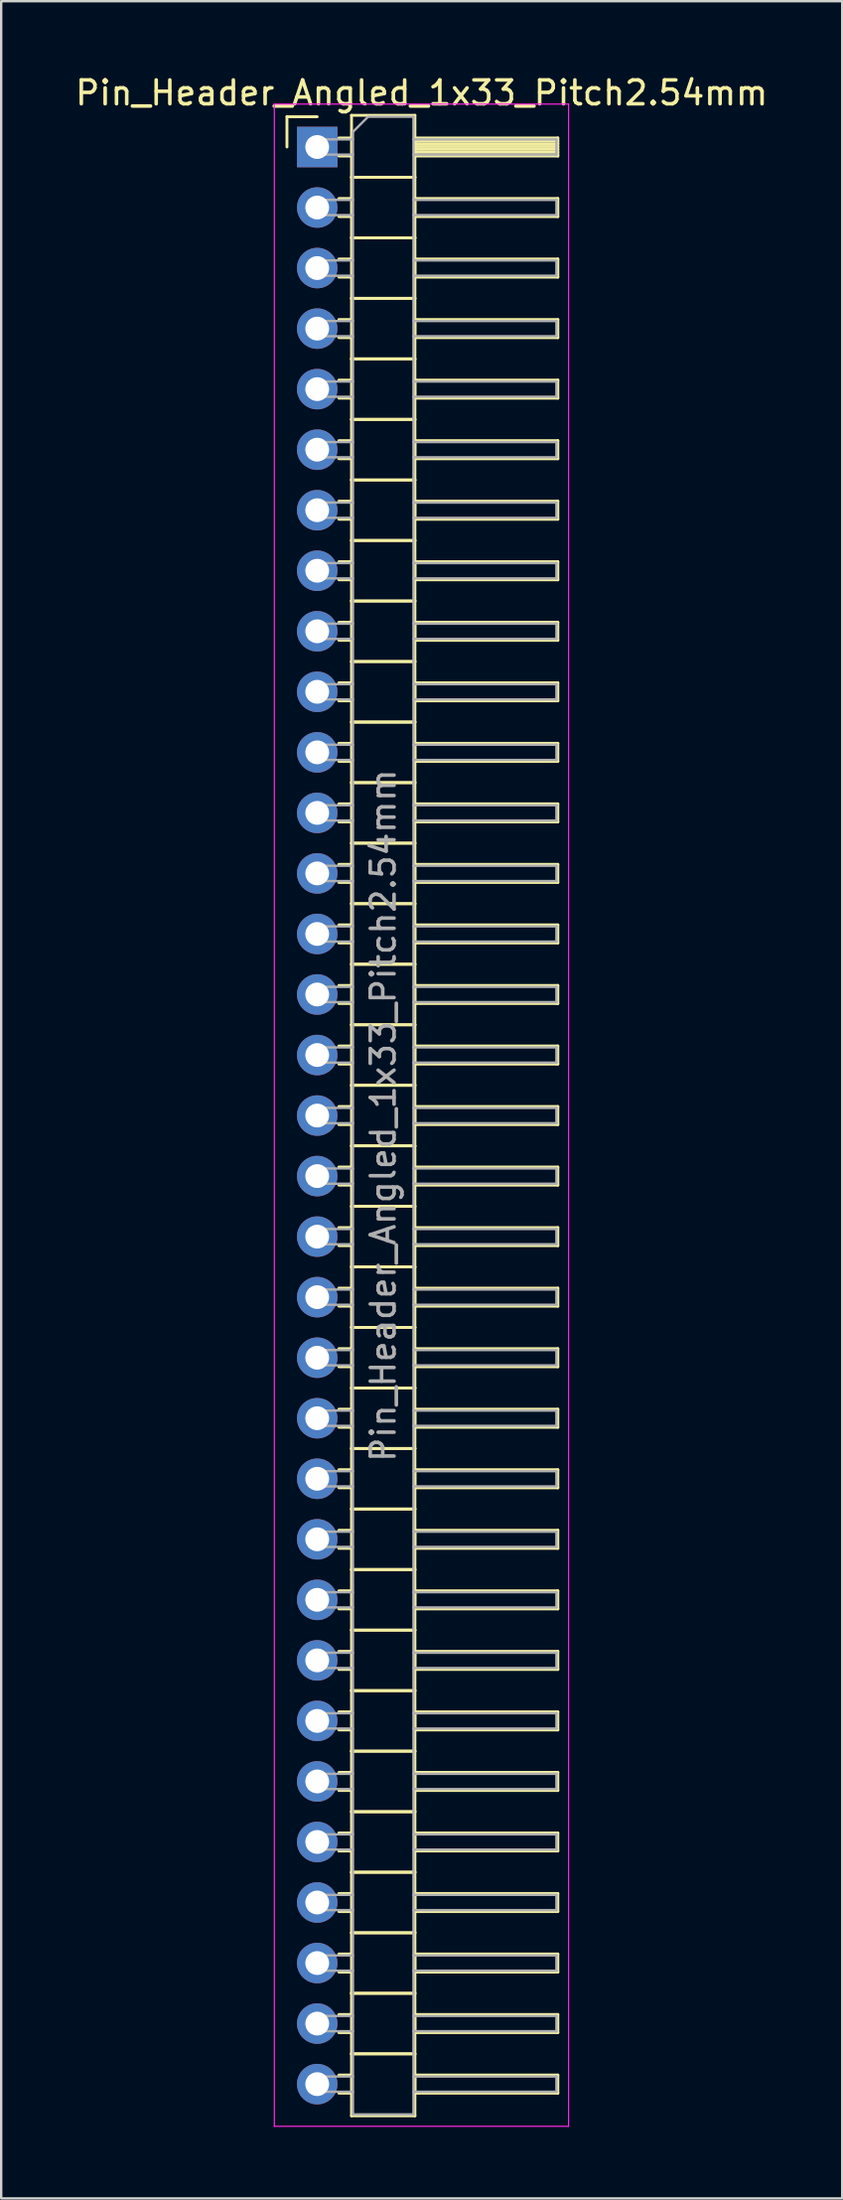
<source format=kicad_pcb>
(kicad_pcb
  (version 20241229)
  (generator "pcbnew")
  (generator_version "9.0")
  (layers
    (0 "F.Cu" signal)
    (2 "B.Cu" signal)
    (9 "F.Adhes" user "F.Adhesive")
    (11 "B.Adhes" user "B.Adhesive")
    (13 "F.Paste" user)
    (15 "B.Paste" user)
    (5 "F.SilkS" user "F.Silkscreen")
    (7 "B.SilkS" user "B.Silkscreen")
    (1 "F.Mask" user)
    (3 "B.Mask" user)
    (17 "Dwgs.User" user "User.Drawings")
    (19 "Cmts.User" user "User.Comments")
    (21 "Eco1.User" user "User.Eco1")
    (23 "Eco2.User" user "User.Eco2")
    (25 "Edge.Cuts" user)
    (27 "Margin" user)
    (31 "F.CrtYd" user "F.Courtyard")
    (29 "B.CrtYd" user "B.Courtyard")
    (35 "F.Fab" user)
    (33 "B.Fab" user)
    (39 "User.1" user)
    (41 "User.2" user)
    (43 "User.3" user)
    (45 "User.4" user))
  (footprint "Pin_Header_Angled_1x33_Pitch2.54mm"
    (layer "F.Cu")
    (at 10.264 3.118)
    (property "Reference" "Pin_Header_Angled_1x33_Pitch2.54mm" (at 4.385 -2.27 0) (layer "F.SilkS") (effects (font (size 1 1) (thickness 0.15))))
    (attr through_hole)
    (fp_line (start -1.27 -1.27) (end 0 -1.27) (stroke (width 0.12) (type solid)) (layer "F.SilkS"))
    (fp_line (start -1.27 0) (end -1.27 -1.27) (stroke (width 0.12) (type solid)) (layer "F.SilkS"))
    (fp_line (start 0.91 -0.38) (end 1.44 -0.38) (stroke (width 0.12) (type solid)) (layer "F.SilkS"))
    (fp_line (start 0.91 0.38) (end 1.44 0.38) (stroke (width 0.12) (type solid)) (layer "F.SilkS"))
    (fp_line (start 0.91 2.16) (end 1.44 2.16) (stroke (width 0.12) (type solid)) (layer "F.SilkS"))
    (fp_line (start 0.91 2.92) (end 1.44 2.92) (stroke (width 0.12) (type solid)) (layer "F.SilkS"))
    (fp_line (start 0.91 4.7) (end 1.44 4.7) (stroke (width 0.12) (type solid)) (layer "F.SilkS"))
    (fp_line (start 0.91 5.46) (end 1.44 5.46) (stroke (width 0.12) (type solid)) (layer "F.SilkS"))
    (fp_line (start 0.91 7.24) (end 1.44 7.24) (stroke (width 0.12) (type solid)) (layer "F.SilkS"))
    (fp_line (start 0.91 8) (end 1.44 8) (stroke (width 0.12) (type solid)) (layer "F.SilkS"))
    (fp_line (start 0.91 9.78) (end 1.44 9.78) (stroke (width 0.12) (type solid)) (layer "F.SilkS"))
    (fp_line (start 0.91 10.54) (end 1.44 10.54) (stroke (width 0.12) (type solid)) (layer "F.SilkS"))
    (fp_line (start 0.91 12.32) (end 1.44 12.32) (stroke (width 0.12) (type solid)) (layer "F.SilkS"))
    (fp_line (start 0.91 13.08) (end 1.44 13.08) (stroke (width 0.12) (type solid)) (layer "F.SilkS"))
    (fp_line (start 0.91 14.86) (end 1.44 14.86) (stroke (width 0.12) (type solid)) (layer "F.SilkS"))
    (fp_line (start 0.91 15.62) (end 1.44 15.62) (stroke (width 0.12) (type solid)) (layer "F.SilkS"))
    (fp_line (start 0.91 17.4) (end 1.44 17.4) (stroke (width 0.12) (type solid)) (layer "F.SilkS"))
    (fp_line (start 0.91 18.16) (end 1.44 18.16) (stroke (width 0.12) (type solid)) (layer "F.SilkS"))
    (fp_line (start 0.91 19.94) (end 1.44 19.94) (stroke (width 0.12) (type solid)) (layer "F.SilkS"))
    (fp_line (start 0.91 20.7) (end 1.44 20.7) (stroke (width 0.12) (type solid)) (layer "F.SilkS"))
    (fp_line (start 0.91 22.48) (end 1.44 22.48) (stroke (width 0.12) (type solid)) (layer "F.SilkS"))
    (fp_line (start 0.91 23.24) (end 1.44 23.24) (stroke (width 0.12) (type solid)) (layer "F.SilkS"))
    (fp_line (start 0.91 25.02) (end 1.44 25.02) (stroke (width 0.12) (type solid)) (layer "F.SilkS"))
    (fp_line (start 0.91 25.78) (end 1.44 25.78) (stroke (width 0.12) (type solid)) (layer "F.SilkS"))
    (fp_line (start 0.91 27.56) (end 1.44 27.56) (stroke (width 0.12) (type solid)) (layer "F.SilkS"))
    (fp_line (start 0.91 28.32) (end 1.44 28.32) (stroke (width 0.12) (type solid)) (layer "F.SilkS"))
    (fp_line (start 0.91 30.1) (end 1.44 30.1) (stroke (width 0.12) (type solid)) (layer "F.SilkS"))
    (fp_line (start 0.91 30.86) (end 1.44 30.86) (stroke (width 0.12) (type solid)) (layer "F.SilkS"))
    (fp_line (start 0.91 32.64) (end 1.44 32.64) (stroke (width 0.12) (type solid)) (layer "F.SilkS"))
    (fp_line (start 0.91 33.4) (end 1.44 33.4) (stroke (width 0.12) (type solid)) (layer "F.SilkS"))
    (fp_line (start 0.91 35.18) (end 1.44 35.18) (stroke (width 0.12) (type solid)) (layer "F.SilkS"))
    (fp_line (start 0.91 35.94) (end 1.44 35.94) (stroke (width 0.12) (type solid)) (layer "F.SilkS"))
    (fp_line (start 0.91 37.72) (end 1.44 37.72) (stroke (width 0.12) (type solid)) (layer "F.SilkS"))
    (fp_line (start 0.91 38.48) (end 1.44 38.48) (stroke (width 0.12) (type solid)) (layer "F.SilkS"))
    (fp_line (start 0.91 40.26) (end 1.44 40.26) (stroke (width 0.12) (type solid)) (layer "F.SilkS"))
    (fp_line (start 0.91 41.02) (end 1.44 41.02) (stroke (width 0.12) (type solid)) (layer "F.SilkS"))
    (fp_line (start 0.91 42.8) (end 1.44 42.8) (stroke (width 0.12) (type solid)) (layer "F.SilkS"))
    (fp_line (start 0.91 43.56) (end 1.44 43.56) (stroke (width 0.12) (type solid)) (layer "F.SilkS"))
    (fp_line (start 0.91 45.34) (end 1.44 45.34) (stroke (width 0.12) (type solid)) (layer "F.SilkS"))
    (fp_line (start 0.91 46.1) (end 1.44 46.1) (stroke (width 0.12) (type solid)) (layer "F.SilkS"))
    (fp_line (start 0.91 47.88) (end 1.44 47.88) (stroke (width 0.12) (type solid)) (layer "F.SilkS"))
    (fp_line (start 0.91 48.64) (end 1.44 48.64) (stroke (width 0.12) (type solid)) (layer "F.SilkS"))
    (fp_line (start 0.91 50.42) (end 1.44 50.42) (stroke (width 0.12) (type solid)) (layer "F.SilkS"))
    (fp_line (start 0.91 51.18) (end 1.44 51.18) (stroke (width 0.12) (type solid)) (layer "F.SilkS"))
    (fp_line (start 0.91 52.96) (end 1.44 52.96) (stroke (width 0.12) (type solid)) (layer "F.SilkS"))
    (fp_line (start 0.91 53.72) (end 1.44 53.72) (stroke (width 0.12) (type solid)) (layer "F.SilkS"))
    (fp_line (start 0.91 55.5) (end 1.44 55.5) (stroke (width 0.12) (type solid)) (layer "F.SilkS"))
    (fp_line (start 0.91 56.26) (end 1.44 56.26) (stroke (width 0.12) (type solid)) (layer "F.SilkS"))
    (fp_line (start 0.91 58.04) (end 1.44 58.04) (stroke (width 0.12) (type solid)) (layer "F.SilkS"))
    (fp_line (start 0.91 58.8) (end 1.44 58.8) (stroke (width 0.12) (type solid)) (layer "F.SilkS"))
    (fp_line (start 0.91 60.58) (end 1.44 60.58) (stroke (width 0.12) (type solid)) (layer "F.SilkS"))
    (fp_line (start 0.91 61.34) (end 1.44 61.34) (stroke (width 0.12) (type solid)) (layer "F.SilkS"))
    (fp_line (start 0.91 63.12) (end 1.44 63.12) (stroke (width 0.12) (type solid)) (layer "F.SilkS"))
    (fp_line (start 0.91 63.88) (end 1.44 63.88) (stroke (width 0.12) (type solid)) (layer "F.SilkS"))
    (fp_line (start 0.91 65.66) (end 1.44 65.66) (stroke (width 0.12) (type solid)) (layer "F.SilkS"))
    (fp_line (start 0.91 66.42) (end 1.44 66.42) (stroke (width 0.12) (type solid)) (layer "F.SilkS"))
    (fp_line (start 0.91 68.2) (end 1.44 68.2) (stroke (width 0.12) (type solid)) (layer "F.SilkS"))
    (fp_line (start 0.91 68.96) (end 1.44 68.96) (stroke (width 0.12) (type solid)) (layer "F.SilkS"))
    (fp_line (start 0.91 70.74) (end 1.44 70.74) (stroke (width 0.12) (type solid)) (layer "F.SilkS"))
    (fp_line (start 0.91 71.5) (end 1.44 71.5) (stroke (width 0.12) (type solid)) (layer "F.SilkS"))
    (fp_line (start 0.91 73.28) (end 1.44 73.28) (stroke (width 0.12) (type solid)) (layer "F.SilkS"))
    (fp_line (start 0.91 74.04) (end 1.44 74.04) (stroke (width 0.12) (type solid)) (layer "F.SilkS"))
    (fp_line (start 0.91 75.82) (end 1.44 75.82) (stroke (width 0.12) (type solid)) (layer "F.SilkS"))
    (fp_line (start 0.91 76.58) (end 1.44 76.58) (stroke (width 0.12) (type solid)) (layer "F.SilkS"))
    (fp_line (start 0.91 78.36) (end 1.44 78.36) (stroke (width 0.12) (type solid)) (layer "F.SilkS"))
    (fp_line (start 0.91 79.12) (end 1.44 79.12) (stroke (width 0.12) (type solid)) (layer "F.SilkS"))
    (fp_line (start 0.91 80.9) (end 1.44 80.9) (stroke (width 0.12) (type solid)) (layer "F.SilkS"))
    (fp_line (start 0.91 81.66) (end 1.44 81.66) (stroke (width 0.12) (type solid)) (layer "F.SilkS"))
    (fp_line (start 1.44 -1.33) (end 1.44 1.27) (stroke (width 0.12) (type solid)) (layer "F.SilkS"))
    (fp_line (start 1.44 1.27) (end 1.44 3.81) (stroke (width 0.12) (type solid)) (layer "F.SilkS"))
    (fp_line (start 1.44 1.27) (end 4.1 1.27) (stroke (width 0.12) (type solid)) (layer "F.SilkS"))
    (fp_line (start 1.44 3.81) (end 1.44 6.35) (stroke (width 0.12) (type solid)) (layer "F.SilkS"))
    (fp_line (start 1.44 3.81) (end 4.1 3.81) (stroke (width 0.12) (type solid)) (layer "F.SilkS"))
    (fp_line (start 1.44 6.35) (end 1.44 8.89) (stroke (width 0.12) (type solid)) (layer "F.SilkS"))
    (fp_line (start 1.44 6.35) (end 4.1 6.35) (stroke (width 0.12) (type solid)) (layer "F.SilkS"))
    (fp_line (start 1.44 8.89) (end 1.44 11.43) (stroke (width 0.12) (type solid)) (layer "F.SilkS"))
    (fp_line (start 1.44 8.89) (end 4.1 8.89) (stroke (width 0.12) (type solid)) (layer "F.SilkS"))
    (fp_line (start 1.44 11.43) (end 1.44 13.97) (stroke (width 0.12) (type solid)) (layer "F.SilkS"))
    (fp_line (start 1.44 11.43) (end 4.1 11.43) (stroke (width 0.12) (type solid)) (layer "F.SilkS"))
    (fp_line (start 1.44 13.97) (end 1.44 16.51) (stroke (width 0.12) (type solid)) (layer "F.SilkS"))
    (fp_line (start 1.44 13.97) (end 4.1 13.97) (stroke (width 0.12) (type solid)) (layer "F.SilkS"))
    (fp_line (start 1.44 16.51) (end 1.44 19.05) (stroke (width 0.12) (type solid)) (layer "F.SilkS"))
    (fp_line (start 1.44 16.51) (end 4.1 16.51) (stroke (width 0.12) (type solid)) (layer "F.SilkS"))
    (fp_line (start 1.44 19.05) (end 1.44 21.59) (stroke (width 0.12) (type solid)) (layer "F.SilkS"))
    (fp_line (start 1.44 19.05) (end 4.1 19.05) (stroke (width 0.12) (type solid)) (layer "F.SilkS"))
    (fp_line (start 1.44 21.59) (end 1.44 24.13) (stroke (width 0.12) (type solid)) (layer "F.SilkS"))
    (fp_line (start 1.44 21.59) (end 4.1 21.59) (stroke (width 0.12) (type solid)) (layer "F.SilkS"))
    (fp_line (start 1.44 24.13) (end 1.44 26.67) (stroke (width 0.12) (type solid)) (layer "F.SilkS"))
    (fp_line (start 1.44 24.13) (end 4.1 24.13) (stroke (width 0.12) (type solid)) (layer "F.SilkS"))
    (fp_line (start 1.44 26.67) (end 1.44 29.21) (stroke (width 0.12) (type solid)) (layer "F.SilkS"))
    (fp_line (start 1.44 26.67) (end 4.1 26.67) (stroke (width 0.12) (type solid)) (layer "F.SilkS"))
    (fp_line (start 1.44 29.21) (end 1.44 31.75) (stroke (width 0.12) (type solid)) (layer "F.SilkS"))
    (fp_line (start 1.44 29.21) (end 4.1 29.21) (stroke (width 0.12) (type solid)) (layer "F.SilkS"))
    (fp_line (start 1.44 31.75) (end 1.44 34.29) (stroke (width 0.12) (type solid)) (layer "F.SilkS"))
    (fp_line (start 1.44 31.75) (end 4.1 31.75) (stroke (width 0.12) (type solid)) (layer "F.SilkS"))
    (fp_line (start 1.44 34.29) (end 1.44 36.83) (stroke (width 0.12) (type solid)) (layer "F.SilkS"))
    (fp_line (start 1.44 34.29) (end 4.1 34.29) (stroke (width 0.12) (type solid)) (layer "F.SilkS"))
    (fp_line (start 1.44 36.83) (end 1.44 39.37) (stroke (width 0.12) (type solid)) (layer "F.SilkS"))
    (fp_line (start 1.44 36.83) (end 4.1 36.83) (stroke (width 0.12) (type solid)) (layer "F.SilkS"))
    (fp_line (start 1.44 39.37) (end 1.44 41.91) (stroke (width 0.12) (type solid)) (layer "F.SilkS"))
    (fp_line (start 1.44 39.37) (end 4.1 39.37) (stroke (width 0.12) (type solid)) (layer "F.SilkS"))
    (fp_line (start 1.44 41.91) (end 1.44 44.45) (stroke (width 0.12) (type solid)) (layer "F.SilkS"))
    (fp_line (start 1.44 41.91) (end 4.1 41.91) (stroke (width 0.12) (type solid)) (layer "F.SilkS"))
    (fp_line (start 1.44 44.45) (end 1.44 46.99) (stroke (width 0.12) (type solid)) (layer "F.SilkS"))
    (fp_line (start 1.44 44.45) (end 4.1 44.45) (stroke (width 0.12) (type solid)) (layer "F.SilkS"))
    (fp_line (start 1.44 46.99) (end 1.44 49.53) (stroke (width 0.12) (type solid)) (layer "F.SilkS"))
    (fp_line (start 1.44 46.99) (end 4.1 46.99) (stroke (width 0.12) (type solid)) (layer "F.SilkS"))
    (fp_line (start 1.44 49.53) (end 1.44 52.07) (stroke (width 0.12) (type solid)) (layer "F.SilkS"))
    (fp_line (start 1.44 49.53) (end 4.1 49.53) (stroke (width 0.12) (type solid)) (layer "F.SilkS"))
    (fp_line (start 1.44 52.07) (end 1.44 54.61) (stroke (width 0.12) (type solid)) (layer "F.SilkS"))
    (fp_line (start 1.44 52.07) (end 4.1 52.07) (stroke (width 0.12) (type solid)) (layer "F.SilkS"))
    (fp_line (start 1.44 54.61) (end 1.44 57.15) (stroke (width 0.12) (type solid)) (layer "F.SilkS"))
    (fp_line (start 1.44 54.61) (end 4.1 54.61) (stroke (width 0.12) (type solid)) (layer "F.SilkS"))
    (fp_line (start 1.44 57.15) (end 1.44 59.69) (stroke (width 0.12) (type solid)) (layer "F.SilkS"))
    (fp_line (start 1.44 57.15) (end 4.1 57.15) (stroke (width 0.12) (type solid)) (layer "F.SilkS"))
    (fp_line (start 1.44 59.69) (end 1.44 62.23) (stroke (width 0.12) (type solid)) (layer "F.SilkS"))
    (fp_line (start 1.44 59.69) (end 4.1 59.69) (stroke (width 0.12) (type solid)) (layer "F.SilkS"))
    (fp_line (start 1.44 62.23) (end 1.44 64.77) (stroke (width 0.12) (type solid)) (layer "F.SilkS"))
    (fp_line (start 1.44 62.23) (end 4.1 62.23) (stroke (width 0.12) (type solid)) (layer "F.SilkS"))
    (fp_line (start 1.44 64.77) (end 1.44 67.31) (stroke (width 0.12) (type solid)) (layer "F.SilkS"))
    (fp_line (start 1.44 64.77) (end 4.1 64.77) (stroke (width 0.12) (type solid)) (layer "F.SilkS"))
    (fp_line (start 1.44 67.31) (end 1.44 69.85) (stroke (width 0.12) (type solid)) (layer "F.SilkS"))
    (fp_line (start 1.44 67.31) (end 4.1 67.31) (stroke (width 0.12) (type solid)) (layer "F.SilkS"))
    (fp_line (start 1.44 69.85) (end 1.44 72.39) (stroke (width 0.12) (type solid)) (layer "F.SilkS"))
    (fp_line (start 1.44 69.85) (end 4.1 69.85) (stroke (width 0.12) (type solid)) (layer "F.SilkS"))
    (fp_line (start 1.44 72.39) (end 1.44 74.93) (stroke (width 0.12) (type solid)) (layer "F.SilkS"))
    (fp_line (start 1.44 72.39) (end 4.1 72.39) (stroke (width 0.12) (type solid)) (layer "F.SilkS"))
    (fp_line (start 1.44 74.93) (end 1.44 77.47) (stroke (width 0.12) (type solid)) (layer "F.SilkS"))
    (fp_line (start 1.44 74.93) (end 4.1 74.93) (stroke (width 0.12) (type solid)) (layer "F.SilkS"))
    (fp_line (start 1.44 77.47) (end 1.44 80.01) (stroke (width 0.12) (type solid)) (layer "F.SilkS"))
    (fp_line (start 1.44 77.47) (end 4.1 77.47) (stroke (width 0.12) (type solid)) (layer "F.SilkS"))
    (fp_line (start 1.44 80.01) (end 1.44 82.61) (stroke (width 0.12) (type solid)) (layer "F.SilkS"))
    (fp_line (start 1.44 80.01) (end 4.1 80.01) (stroke (width 0.12) (type solid)) (layer "F.SilkS"))
    (fp_line (start 1.44 82.61) (end 4.1 82.61) (stroke (width 0.12) (type solid)) (layer "F.SilkS"))
    (fp_line (start 4.1 -1.33) (end 1.44 -1.33) (stroke (width 0.12) (type solid)) (layer "F.SilkS"))
    (fp_line (start 4.1 -0.38) (end 4.1 0.38) (stroke (width 0.12) (type solid)) (layer "F.SilkS"))
    (fp_line (start 4.1 -0.26) (end 10.1 -0.26) (stroke (width 0.12) (type solid)) (layer "F.SilkS"))
    (fp_line (start 4.1 -0.14) (end 10.1 -0.14) (stroke (width 0.12) (type solid)) (layer "F.SilkS"))
    (fp_line (start 4.1 -0.02) (end 10.1 -0.02) (stroke (width 0.12) (type solid)) (layer "F.SilkS"))
    (fp_line (start 4.1 0.1) (end 10.1 0.1) (stroke (width 0.12) (type solid)) (layer "F.SilkS"))
    (fp_line (start 4.1 0.22) (end 10.1 0.22) (stroke (width 0.12) (type solid)) (layer "F.SilkS"))
    (fp_line (start 4.1 0.34) (end 10.1 0.34) (stroke (width 0.12) (type solid)) (layer "F.SilkS"))
    (fp_line (start 4.1 0.38) (end 10.1 0.38) (stroke (width 0.12) (type solid)) (layer "F.SilkS"))
    (fp_line (start 4.1 1.27) (end 1.44 1.27) (stroke (width 0.12) (type solid)) (layer "F.SilkS"))
    (fp_line (start 4.1 1.27) (end 4.1 -1.33) (stroke (width 0.12) (type solid)) (layer "F.SilkS"))
    (fp_line (start 4.1 2.16) (end 4.1 2.92) (stroke (width 0.12) (type solid)) (layer "F.SilkS"))
    (fp_line (start 4.1 2.92) (end 10.1 2.92) (stroke (width 0.12) (type solid)) (layer "F.SilkS"))
    (fp_line (start 4.1 3.81) (end 1.44 3.81) (stroke (width 0.12) (type solid)) (layer "F.SilkS"))
    (fp_line (start 4.1 3.81) (end 4.1 1.27) (stroke (width 0.12) (type solid)) (layer "F.SilkS"))
    (fp_line (start 4.1 4.7) (end 4.1 5.46) (stroke (width 0.12) (type solid)) (layer "F.SilkS"))
    (fp_line (start 4.1 5.46) (end 10.1 5.46) (stroke (width 0.12) (type solid)) (layer "F.SilkS"))
    (fp_line (start 4.1 6.35) (end 1.44 6.35) (stroke (width 0.12) (type solid)) (layer "F.SilkS"))
    (fp_line (start 4.1 6.35) (end 4.1 3.81) (stroke (width 0.12) (type solid)) (layer "F.SilkS"))
    (fp_line (start 4.1 7.24) (end 4.1 8) (stroke (width 0.12) (type solid)) (layer "F.SilkS"))
    (fp_line (start 4.1 8) (end 10.1 8) (stroke (width 0.12) (type solid)) (layer "F.SilkS"))
    (fp_line (start 4.1 8.89) (end 1.44 8.89) (stroke (width 0.12) (type solid)) (layer "F.SilkS"))
    (fp_line (start 4.1 8.89) (end 4.1 6.35) (stroke (width 0.12) (type solid)) (layer "F.SilkS"))
    (fp_line (start 4.1 9.78) (end 4.1 10.54) (stroke (width 0.12) (type solid)) (layer "F.SilkS"))
    (fp_line (start 4.1 10.54) (end 10.1 10.54) (stroke (width 0.12) (type solid)) (layer "F.SilkS"))
    (fp_line (start 4.1 11.43) (end 1.44 11.43) (stroke (width 0.12) (type solid)) (layer "F.SilkS"))
    (fp_line (start 4.1 11.43) (end 4.1 8.89) (stroke (width 0.12) (type solid)) (layer "F.SilkS"))
    (fp_line (start 4.1 12.32) (end 4.1 13.08) (stroke (width 0.12) (type solid)) (layer "F.SilkS"))
    (fp_line (start 4.1 13.08) (end 10.1 13.08) (stroke (width 0.12) (type solid)) (layer "F.SilkS"))
    (fp_line (start 4.1 13.97) (end 1.44 13.97) (stroke (width 0.12) (type solid)) (layer "F.SilkS"))
    (fp_line (start 4.1 13.97) (end 4.1 11.43) (stroke (width 0.12) (type solid)) (layer "F.SilkS"))
    (fp_line (start 4.1 14.86) (end 4.1 15.62) (stroke (width 0.12) (type solid)) (layer "F.SilkS"))
    (fp_line (start 4.1 15.62) (end 10.1 15.62) (stroke (width 0.12) (type solid)) (layer "F.SilkS"))
    (fp_line (start 4.1 16.51) (end 1.44 16.51) (stroke (width 0.12) (type solid)) (layer "F.SilkS"))
    (fp_line (start 4.1 16.51) (end 4.1 13.97) (stroke (width 0.12) (type solid)) (layer "F.SilkS"))
    (fp_line (start 4.1 17.4) (end 4.1 18.16) (stroke (width 0.12) (type solid)) (layer "F.SilkS"))
    (fp_line (start 4.1 18.16) (end 10.1 18.16) (stroke (width 0.12) (type solid)) (layer "F.SilkS"))
    (fp_line (start 4.1 19.05) (end 1.44 19.05) (stroke (width 0.12) (type solid)) (layer "F.SilkS"))
    (fp_line (start 4.1 19.05) (end 4.1 16.51) (stroke (width 0.12) (type solid)) (layer "F.SilkS"))
    (fp_line (start 4.1 19.94) (end 4.1 20.7) (stroke (width 0.12) (type solid)) (layer "F.SilkS"))
    (fp_line (start 4.1 20.7) (end 10.1 20.7) (stroke (width 0.12) (type solid)) (layer "F.SilkS"))
    (fp_line (start 4.1 21.59) (end 1.44 21.59) (stroke (width 0.12) (type solid)) (layer "F.SilkS"))
    (fp_line (start 4.1 21.59) (end 4.1 19.05) (stroke (width 0.12) (type solid)) (layer "F.SilkS"))
    (fp_line (start 4.1 22.48) (end 4.1 23.24) (stroke (width 0.12) (type solid)) (layer "F.SilkS"))
    (fp_line (start 4.1 23.24) (end 10.1 23.24) (stroke (width 0.12) (type solid)) (layer "F.SilkS"))
    (fp_line (start 4.1 24.13) (end 1.44 24.13) (stroke (width 0.12) (type solid)) (layer "F.SilkS"))
    (fp_line (start 4.1 24.13) (end 4.1 21.59) (stroke (width 0.12) (type solid)) (layer "F.SilkS"))
    (fp_line (start 4.1 25.02) (end 4.1 25.78) (stroke (width 0.12) (type solid)) (layer "F.SilkS"))
    (fp_line (start 4.1 25.78) (end 10.1 25.78) (stroke (width 0.12) (type solid)) (layer "F.SilkS"))
    (fp_line (start 4.1 26.67) (end 1.44 26.67) (stroke (width 0.12) (type solid)) (layer "F.SilkS"))
    (fp_line (start 4.1 26.67) (end 4.1 24.13) (stroke (width 0.12) (type solid)) (layer "F.SilkS"))
    (fp_line (start 4.1 27.56) (end 4.1 28.32) (stroke (width 0.12) (type solid)) (layer "F.SilkS"))
    (fp_line (start 4.1 28.32) (end 10.1 28.32) (stroke (width 0.12) (type solid)) (layer "F.SilkS"))
    (fp_line (start 4.1 29.21) (end 1.44 29.21) (stroke (width 0.12) (type solid)) (layer "F.SilkS"))
    (fp_line (start 4.1 29.21) (end 4.1 26.67) (stroke (width 0.12) (type solid)) (layer "F.SilkS"))
    (fp_line (start 4.1 30.1) (end 4.1 30.86) (stroke (width 0.12) (type solid)) (layer "F.SilkS"))
    (fp_line (start 4.1 30.86) (end 10.1 30.86) (stroke (width 0.12) (type solid)) (layer "F.SilkS"))
    (fp_line (start 4.1 31.75) (end 1.44 31.75) (stroke (width 0.12) (type solid)) (layer "F.SilkS"))
    (fp_line (start 4.1 31.75) (end 4.1 29.21) (stroke (width 0.12) (type solid)) (layer "F.SilkS"))
    (fp_line (start 4.1 32.64) (end 4.1 33.4) (stroke (width 0.12) (type solid)) (layer "F.SilkS"))
    (fp_line (start 4.1 33.4) (end 10.1 33.4) (stroke (width 0.12) (type solid)) (layer "F.SilkS"))
    (fp_line (start 4.1 34.29) (end 1.44 34.29) (stroke (width 0.12) (type solid)) (layer "F.SilkS"))
    (fp_line (start 4.1 34.29) (end 4.1 31.75) (stroke (width 0.12) (type solid)) (layer "F.SilkS"))
    (fp_line (start 4.1 35.18) (end 4.1 35.94) (stroke (width 0.12) (type solid)) (layer "F.SilkS"))
    (fp_line (start 4.1 35.94) (end 10.1 35.94) (stroke (width 0.12) (type solid)) (layer "F.SilkS"))
    (fp_line (start 4.1 36.83) (end 1.44 36.83) (stroke (width 0.12) (type solid)) (layer "F.SilkS"))
    (fp_line (start 4.1 36.83) (end 4.1 34.29) (stroke (width 0.12) (type solid)) (layer "F.SilkS"))
    (fp_line (start 4.1 37.72) (end 4.1 38.48) (stroke (width 0.12) (type solid)) (layer "F.SilkS"))
    (fp_line (start 4.1 38.48) (end 10.1 38.48) (stroke (width 0.12) (type solid)) (layer "F.SilkS"))
    (fp_line (start 4.1 39.37) (end 1.44 39.37) (stroke (width 0.12) (type solid)) (layer "F.SilkS"))
    (fp_line (start 4.1 39.37) (end 4.1 36.83) (stroke (width 0.12) (type solid)) (layer "F.SilkS"))
    (fp_line (start 4.1 40.26) (end 4.1 41.02) (stroke (width 0.12) (type solid)) (layer "F.SilkS"))
    (fp_line (start 4.1 41.02) (end 10.1 41.02) (stroke (width 0.12) (type solid)) (layer "F.SilkS"))
    (fp_line (start 4.1 41.91) (end 1.44 41.91) (stroke (width 0.12) (type solid)) (layer "F.SilkS"))
    (fp_line (start 4.1 41.91) (end 4.1 39.37) (stroke (width 0.12) (type solid)) (layer "F.SilkS"))
    (fp_line (start 4.1 42.8) (end 4.1 43.56) (stroke (width 0.12) (type solid)) (layer "F.SilkS"))
    (fp_line (start 4.1 43.56) (end 10.1 43.56) (stroke (width 0.12) (type solid)) (layer "F.SilkS"))
    (fp_line (start 4.1 44.45) (end 1.44 44.45) (stroke (width 0.12) (type solid)) (layer "F.SilkS"))
    (fp_line (start 4.1 44.45) (end 4.1 41.91) (stroke (width 0.12) (type solid)) (layer "F.SilkS"))
    (fp_line (start 4.1 45.34) (end 4.1 46.1) (stroke (width 0.12) (type solid)) (layer "F.SilkS"))
    (fp_line (start 4.1 46.1) (end 10.1 46.1) (stroke (width 0.12) (type solid)) (layer "F.SilkS"))
    (fp_line (start 4.1 46.99) (end 1.44 46.99) (stroke (width 0.12) (type solid)) (layer "F.SilkS"))
    (fp_line (start 4.1 46.99) (end 4.1 44.45) (stroke (width 0.12) (type solid)) (layer "F.SilkS"))
    (fp_line (start 4.1 47.88) (end 4.1 48.64) (stroke (width 0.12) (type solid)) (layer "F.SilkS"))
    (fp_line (start 4.1 48.64) (end 10.1 48.64) (stroke (width 0.12) (type solid)) (layer "F.SilkS"))
    (fp_line (start 4.1 49.53) (end 1.44 49.53) (stroke (width 0.12) (type solid)) (layer "F.SilkS"))
    (fp_line (start 4.1 49.53) (end 4.1 46.99) (stroke (width 0.12) (type solid)) (layer "F.SilkS"))
    (fp_line (start 4.1 50.42) (end 4.1 51.18) (stroke (width 0.12) (type solid)) (layer "F.SilkS"))
    (fp_line (start 4.1 51.18) (end 10.1 51.18) (stroke (width 0.12) (type solid)) (layer "F.SilkS"))
    (fp_line (start 4.1 52.07) (end 1.44 52.07) (stroke (width 0.12) (type solid)) (layer "F.SilkS"))
    (fp_line (start 4.1 52.07) (end 4.1 49.53) (stroke (width 0.12) (type solid)) (layer "F.SilkS"))
    (fp_line (start 4.1 52.96) (end 4.1 53.72) (stroke (width 0.12) (type solid)) (layer "F.SilkS"))
    (fp_line (start 4.1 53.72) (end 10.1 53.72) (stroke (width 0.12) (type solid)) (layer "F.SilkS"))
    (fp_line (start 4.1 54.61) (end 1.44 54.61) (stroke (width 0.12) (type solid)) (layer "F.SilkS"))
    (fp_line (start 4.1 54.61) (end 4.1 52.07) (stroke (width 0.12) (type solid)) (layer "F.SilkS"))
    (fp_line (start 4.1 55.5) (end 4.1 56.26) (stroke (width 0.12) (type solid)) (layer "F.SilkS"))
    (fp_line (start 4.1 56.26) (end 10.1 56.26) (stroke (width 0.12) (type solid)) (layer "F.SilkS"))
    (fp_line (start 4.1 57.15) (end 1.44 57.15) (stroke (width 0.12) (type solid)) (layer "F.SilkS"))
    (fp_line (start 4.1 57.15) (end 4.1 54.61) (stroke (width 0.12) (type solid)) (layer "F.SilkS"))
    (fp_line (start 4.1 58.04) (end 4.1 58.8) (stroke (width 0.12) (type solid)) (layer "F.SilkS"))
    (fp_line (start 4.1 58.8) (end 10.1 58.8) (stroke (width 0.12) (type solid)) (layer "F.SilkS"))
    (fp_line (start 4.1 59.69) (end 1.44 59.69) (stroke (width 0.12) (type solid)) (layer "F.SilkS"))
    (fp_line (start 4.1 59.69) (end 4.1 57.15) (stroke (width 0.12) (type solid)) (layer "F.SilkS"))
    (fp_line (start 4.1 60.58) (end 4.1 61.34) (stroke (width 0.12) (type solid)) (layer "F.SilkS"))
    (fp_line (start 4.1 61.34) (end 10.1 61.34) (stroke (width 0.12) (type solid)) (layer "F.SilkS"))
    (fp_line (start 4.1 62.23) (end 1.44 62.23) (stroke (width 0.12) (type solid)) (layer "F.SilkS"))
    (fp_line (start 4.1 62.23) (end 4.1 59.69) (stroke (width 0.12) (type solid)) (layer "F.SilkS"))
    (fp_line (start 4.1 63.12) (end 4.1 63.88) (stroke (width 0.12) (type solid)) (layer "F.SilkS"))
    (fp_line (start 4.1 63.88) (end 10.1 63.88) (stroke (width 0.12) (type solid)) (layer "F.SilkS"))
    (fp_line (start 4.1 64.77) (end 1.44 64.77) (stroke (width 0.12) (type solid)) (layer "F.SilkS"))
    (fp_line (start 4.1 64.77) (end 4.1 62.23) (stroke (width 0.12) (type solid)) (layer "F.SilkS"))
    (fp_line (start 4.1 65.66) (end 4.1 66.42) (stroke (width 0.12) (type solid)) (layer "F.SilkS"))
    (fp_line (start 4.1 66.42) (end 10.1 66.42) (stroke (width 0.12) (type solid)) (layer "F.SilkS"))
    (fp_line (start 4.1 67.31) (end 1.44 67.31) (stroke (width 0.12) (type solid)) (layer "F.SilkS"))
    (fp_line (start 4.1 67.31) (end 4.1 64.77) (stroke (width 0.12) (type solid)) (layer "F.SilkS"))
    (fp_line (start 4.1 68.2) (end 4.1 68.96) (stroke (width 0.12) (type solid)) (layer "F.SilkS"))
    (fp_line (start 4.1 68.96) (end 10.1 68.96) (stroke (width 0.12) (type solid)) (layer "F.SilkS"))
    (fp_line (start 4.1 69.85) (end 1.44 69.85) (stroke (width 0.12) (type solid)) (layer "F.SilkS"))
    (fp_line (start 4.1 69.85) (end 4.1 67.31) (stroke (width 0.12) (type solid)) (layer "F.SilkS"))
    (fp_line (start 4.1 70.74) (end 4.1 71.5) (stroke (width 0.12) (type solid)) (layer "F.SilkS"))
    (fp_line (start 4.1 71.5) (end 10.1 71.5) (stroke (width 0.12) (type solid)) (layer "F.SilkS"))
    (fp_line (start 4.1 72.39) (end 1.44 72.39) (stroke (width 0.12) (type solid)) (layer "F.SilkS"))
    (fp_line (start 4.1 72.39) (end 4.1 69.85) (stroke (width 0.12) (type solid)) (layer "F.SilkS"))
    (fp_line (start 4.1 73.28) (end 4.1 74.04) (stroke (width 0.12) (type solid)) (layer "F.SilkS"))
    (fp_line (start 4.1 74.04) (end 10.1 74.04) (stroke (width 0.12) (type solid)) (layer "F.SilkS"))
    (fp_line (start 4.1 74.93) (end 1.44 74.93) (stroke (width 0.12) (type solid)) (layer "F.SilkS"))
    (fp_line (start 4.1 74.93) (end 4.1 72.39) (stroke (width 0.12) (type solid)) (layer "F.SilkS"))
    (fp_line (start 4.1 75.82) (end 4.1 76.58) (stroke (width 0.12) (type solid)) (layer "F.SilkS"))
    (fp_line (start 4.1 76.58) (end 10.1 76.58) (stroke (width 0.12) (type solid)) (layer "F.SilkS"))
    (fp_line (start 4.1 77.47) (end 1.44 77.47) (stroke (width 0.12) (type solid)) (layer "F.SilkS"))
    (fp_line (start 4.1 77.47) (end 4.1 74.93) (stroke (width 0.12) (type solid)) (layer "F.SilkS"))
    (fp_line (start 4.1 78.36) (end 4.1 79.12) (stroke (width 0.12) (type solid)) (layer "F.SilkS"))
    (fp_line (start 4.1 79.12) (end 10.1 79.12) (stroke (width 0.12) (type solid)) (layer "F.SilkS"))
    (fp_line (start 4.1 80.01) (end 1.44 80.01) (stroke (width 0.12) (type solid)) (layer "F.SilkS"))
    (fp_line (start 4.1 80.01) (end 4.1 77.47) (stroke (width 0.12) (type solid)) (layer "F.SilkS"))
    (fp_line (start 4.1 80.9) (end 4.1 81.66) (stroke (width 0.12) (type solid)) (layer "F.SilkS"))
    (fp_line (start 4.1 81.66) (end 10.1 81.66) (stroke (width 0.12) (type solid)) (layer "F.SilkS"))
    (fp_line (start 4.1 82.61) (end 4.1 80.01) (stroke (width 0.12) (type solid)) (layer "F.SilkS"))
    (fp_line (start 10.1 -0.38) (end 4.1 -0.38) (stroke (width 0.12) (type solid)) (layer "F.SilkS"))
    (fp_line (start 10.1 0.38) (end 10.1 -0.38) (stroke (width 0.12) (type solid)) (layer "F.SilkS"))
    (fp_line (start 10.1 2.16) (end 4.1 2.16) (stroke (width 0.12) (type solid)) (layer "F.SilkS"))
    (fp_line (start 10.1 2.92) (end 10.1 2.16) (stroke (width 0.12) (type solid)) (layer "F.SilkS"))
    (fp_line (start 10.1 4.7) (end 4.1 4.7) (stroke (width 0.12) (type solid)) (layer "F.SilkS"))
    (fp_line (start 10.1 5.46) (end 10.1 4.7) (stroke (width 0.12) (type solid)) (layer "F.SilkS"))
    (fp_line (start 10.1 7.24) (end 4.1 7.24) (stroke (width 0.12) (type solid)) (layer "F.SilkS"))
    (fp_line (start 10.1 8) (end 10.1 7.24) (stroke (width 0.12) (type solid)) (layer "F.SilkS"))
    (fp_line (start 10.1 9.78) (end 4.1 9.78) (stroke (width 0.12) (type solid)) (layer "F.SilkS"))
    (fp_line (start 10.1 10.54) (end 10.1 9.78) (stroke (width 0.12) (type solid)) (layer "F.SilkS"))
    (fp_line (start 10.1 12.32) (end 4.1 12.32) (stroke (width 0.12) (type solid)) (layer "F.SilkS"))
    (fp_line (start 10.1 13.08) (end 10.1 12.32) (stroke (width 0.12) (type solid)) (layer "F.SilkS"))
    (fp_line (start 10.1 14.86) (end 4.1 14.86) (stroke (width 0.12) (type solid)) (layer "F.SilkS"))
    (fp_line (start 10.1 15.62) (end 10.1 14.86) (stroke (width 0.12) (type solid)) (layer "F.SilkS"))
    (fp_line (start 10.1 17.4) (end 4.1 17.4) (stroke (width 0.12) (type solid)) (layer "F.SilkS"))
    (fp_line (start 10.1 18.16) (end 10.1 17.4) (stroke (width 0.12) (type solid)) (layer "F.SilkS"))
    (fp_line (start 10.1 19.94) (end 4.1 19.94) (stroke (width 0.12) (type solid)) (layer "F.SilkS"))
    (fp_line (start 10.1 20.7) (end 10.1 19.94) (stroke (width 0.12) (type solid)) (layer "F.SilkS"))
    (fp_line (start 10.1 22.48) (end 4.1 22.48) (stroke (width 0.12) (type solid)) (layer "F.SilkS"))
    (fp_line (start 10.1 23.24) (end 10.1 22.48) (stroke (width 0.12) (type solid)) (layer "F.SilkS"))
    (fp_line (start 10.1 25.02) (end 4.1 25.02) (stroke (width 0.12) (type solid)) (layer "F.SilkS"))
    (fp_line (start 10.1 25.78) (end 10.1 25.02) (stroke (width 0.12) (type solid)) (layer "F.SilkS"))
    (fp_line (start 10.1 27.56) (end 4.1 27.56) (stroke (width 0.12) (type solid)) (layer "F.SilkS"))
    (fp_line (start 10.1 28.32) (end 10.1 27.56) (stroke (width 0.12) (type solid)) (layer "F.SilkS"))
    (fp_line (start 10.1 30.1) (end 4.1 30.1) (stroke (width 0.12) (type solid)) (layer "F.SilkS"))
    (fp_line (start 10.1 30.86) (end 10.1 30.1) (stroke (width 0.12) (type solid)) (layer "F.SilkS"))
    (fp_line (start 10.1 32.64) (end 4.1 32.64) (stroke (width 0.12) (type solid)) (layer "F.SilkS"))
    (fp_line (start 10.1 33.4) (end 10.1 32.64) (stroke (width 0.12) (type solid)) (layer "F.SilkS"))
    (fp_line (start 10.1 35.18) (end 4.1 35.18) (stroke (width 0.12) (type solid)) (layer "F.SilkS"))
    (fp_line (start 10.1 35.94) (end 10.1 35.18) (stroke (width 0.12) (type solid)) (layer "F.SilkS"))
    (fp_line (start 10.1 37.72) (end 4.1 37.72) (stroke (width 0.12) (type solid)) (layer "F.SilkS"))
    (fp_line (start 10.1 38.48) (end 10.1 37.72) (stroke (width 0.12) (type solid)) (layer "F.SilkS"))
    (fp_line (start 10.1 40.26) (end 4.1 40.26) (stroke (width 0.12) (type solid)) (layer "F.SilkS"))
    (fp_line (start 10.1 41.02) (end 10.1 40.26) (stroke (width 0.12) (type solid)) (layer "F.SilkS"))
    (fp_line (start 10.1 42.8) (end 4.1 42.8) (stroke (width 0.12) (type solid)) (layer "F.SilkS"))
    (fp_line (start 10.1 43.56) (end 10.1 42.8) (stroke (width 0.12) (type solid)) (layer "F.SilkS"))
    (fp_line (start 10.1 45.34) (end 4.1 45.34) (stroke (width 0.12) (type solid)) (layer "F.SilkS"))
    (fp_line (start 10.1 46.1) (end 10.1 45.34) (stroke (width 0.12) (type solid)) (layer "F.SilkS"))
    (fp_line (start 10.1 47.88) (end 4.1 47.88) (stroke (width 0.12) (type solid)) (layer "F.SilkS"))
    (fp_line (start 10.1 48.64) (end 10.1 47.88) (stroke (width 0.12) (type solid)) (layer "F.SilkS"))
    (fp_line (start 10.1 50.42) (end 4.1 50.42) (stroke (width 0.12) (type solid)) (layer "F.SilkS"))
    (fp_line (start 10.1 51.18) (end 10.1 50.42) (stroke (width 0.12) (type solid)) (layer "F.SilkS"))
    (fp_line (start 10.1 52.96) (end 4.1 52.96) (stroke (width 0.12) (type solid)) (layer "F.SilkS"))
    (fp_line (start 10.1 53.72) (end 10.1 52.96) (stroke (width 0.12) (type solid)) (layer "F.SilkS"))
    (fp_line (start 10.1 55.5) (end 4.1 55.5) (stroke (width 0.12) (type solid)) (layer "F.SilkS"))
    (fp_line (start 10.1 56.26) (end 10.1 55.5) (stroke (width 0.12) (type solid)) (layer "F.SilkS"))
    (fp_line (start 10.1 58.04) (end 4.1 58.04) (stroke (width 0.12) (type solid)) (layer "F.SilkS"))
    (fp_line (start 10.1 58.8) (end 10.1 58.04) (stroke (width 0.12) (type solid)) (layer "F.SilkS"))
    (fp_line (start 10.1 60.58) (end 4.1 60.58) (stroke (width 0.12) (type solid)) (layer "F.SilkS"))
    (fp_line (start 10.1 61.34) (end 10.1 60.58) (stroke (width 0.12) (type solid)) (layer "F.SilkS"))
    (fp_line (start 10.1 63.12) (end 4.1 63.12) (stroke (width 0.12) (type solid)) (layer "F.SilkS"))
    (fp_line (start 10.1 63.88) (end 10.1 63.12) (stroke (width 0.12) (type solid)) (layer "F.SilkS"))
    (fp_line (start 10.1 65.66) (end 4.1 65.66) (stroke (width 0.12) (type solid)) (layer "F.SilkS"))
    (fp_line (start 10.1 66.42) (end 10.1 65.66) (stroke (width 0.12) (type solid)) (layer "F.SilkS"))
    (fp_line (start 10.1 68.2) (end 4.1 68.2) (stroke (width 0.12) (type solid)) (layer "F.SilkS"))
    (fp_line (start 10.1 68.96) (end 10.1 68.2) (stroke (width 0.12) (type solid)) (layer "F.SilkS"))
    (fp_line (start 10.1 70.74) (end 4.1 70.74) (stroke (width 0.12) (type solid)) (layer "F.SilkS"))
    (fp_line (start 10.1 71.5) (end 10.1 70.74) (stroke (width 0.12) (type solid)) (layer "F.SilkS"))
    (fp_line (start 10.1 73.28) (end 4.1 73.28) (stroke (width 0.12) (type solid)) (layer "F.SilkS"))
    (fp_line (start 10.1 74.04) (end 10.1 73.28) (stroke (width 0.12) (type solid)) (layer "F.SilkS"))
    (fp_line (start 10.1 75.82) (end 4.1 75.82) (stroke (width 0.12) (type solid)) (layer "F.SilkS"))
    (fp_line (start 10.1 76.58) (end 10.1 75.82) (stroke (width 0.12) (type solid)) (layer "F.SilkS"))
    (fp_line (start 10.1 78.36) (end 4.1 78.36) (stroke (width 0.12) (type solid)) (layer "F.SilkS"))
    (fp_line (start 10.1 79.12) (end 10.1 78.36) (stroke (width 0.12) (type solid)) (layer "F.SilkS"))
    (fp_line (start 10.1 80.9) (end 4.1 80.9) (stroke (width 0.12) (type solid)) (layer "F.SilkS"))
    (fp_line (start 10.1 81.66) (end 10.1 80.9) (stroke (width 0.12) (type solid)) (layer "F.SilkS"))
    (fp_line (start -1.8 -1.8) (end -1.8 83.05) (stroke (width 0.05) (type solid)) (layer "F.CrtYd"))
    (fp_line (start -1.8 83.05) (end 10.55 83.05) (stroke (width 0.05) (type solid)) (layer "F.CrtYd"))
    (fp_line (start 10.55 -1.8) (end -1.8 -1.8) (stroke (width 0.05) (type solid)) (layer "F.CrtYd"))
    (fp_line (start 10.55 83.05) (end 10.55 -1.8) (stroke (width 0.05) (type solid)) (layer "F.CrtYd"))
    (fp_line (start -0.32 -0.32) (end -0.32 0.32) (stroke (width 0.1) (type solid)) (layer "F.Fab"))
    (fp_line (start -0.32 -0.32) (end 1.5 -0.32) (stroke (width 0.1) (type solid)) (layer "F.Fab"))
    (fp_line (start -0.32 0.32) (end 1.5 0.32) (stroke (width 0.1) (type solid)) (layer "F.Fab"))
    (fp_line (start -0.32 2.22) (end -0.32 2.86) (stroke (width 0.1) (type solid)) (layer "F.Fab"))
    (fp_line (start -0.32 2.22) (end 1.5 2.22) (stroke (width 0.1) (type solid)) (layer "F.Fab"))
    (fp_line (start -0.32 2.86) (end 1.5 2.86) (stroke (width 0.1) (type solid)) (layer "F.Fab"))
    (fp_line (start -0.32 4.76) (end -0.32 5.4) (stroke (width 0.1) (type solid)) (layer "F.Fab"))
    (fp_line (start -0.32 4.76) (end 1.5 4.76) (stroke (width 0.1) (type solid)) (layer "F.Fab"))
    (fp_line (start -0.32 5.4) (end 1.5 5.4) (stroke (width 0.1) (type solid)) (layer "F.Fab"))
    (fp_line (start -0.32 7.3) (end -0.32 7.94) (stroke (width 0.1) (type solid)) (layer "F.Fab"))
    (fp_line (start -0.32 7.3) (end 1.5 7.3) (stroke (width 0.1) (type solid)) (layer "F.Fab"))
    (fp_line (start -0.32 7.94) (end 1.5 7.94) (stroke (width 0.1) (type solid)) (layer "F.Fab"))
    (fp_line (start -0.32 9.84) (end -0.32 10.48) (stroke (width 0.1) (type solid)) (layer "F.Fab"))
    (fp_line (start -0.32 9.84) (end 1.5 9.84) (stroke (width 0.1) (type solid)) (layer "F.Fab"))
    (fp_line (start -0.32 10.48) (end 1.5 10.48) (stroke (width 0.1) (type solid)) (layer "F.Fab"))
    (fp_line (start -0.32 12.38) (end -0.32 13.02) (stroke (width 0.1) (type solid)) (layer "F.Fab"))
    (fp_line (start -0.32 12.38) (end 1.5 12.38) (stroke (width 0.1) (type solid)) (layer "F.Fab"))
    (fp_line (start -0.32 13.02) (end 1.5 13.02) (stroke (width 0.1) (type solid)) (layer "F.Fab"))
    (fp_line (start -0.32 14.92) (end -0.32 15.56) (stroke (width 0.1) (type solid)) (layer "F.Fab"))
    (fp_line (start -0.32 14.92) (end 1.5 14.92) (stroke (width 0.1) (type solid)) (layer "F.Fab"))
    (fp_line (start -0.32 15.56) (end 1.5 15.56) (stroke (width 0.1) (type solid)) (layer "F.Fab"))
    (fp_line (start -0.32 17.46) (end -0.32 18.1) (stroke (width 0.1) (type solid)) (layer "F.Fab"))
    (fp_line (start -0.32 17.46) (end 1.5 17.46) (stroke (width 0.1) (type solid)) (layer "F.Fab"))
    (fp_line (start -0.32 18.1) (end 1.5 18.1) (stroke (width 0.1) (type solid)) (layer "F.Fab"))
    (fp_line (start -0.32 20) (end -0.32 20.64) (stroke (width 0.1) (type solid)) (layer "F.Fab"))
    (fp_line (start -0.32 20) (end 1.5 20) (stroke (width 0.1) (type solid)) (layer "F.Fab"))
    (fp_line (start -0.32 20.64) (end 1.5 20.64) (stroke (width 0.1) (type solid)) (layer "F.Fab"))
    (fp_line (start -0.32 22.54) (end -0.32 23.18) (stroke (width 0.1) (type solid)) (layer "F.Fab"))
    (fp_line (start -0.32 22.54) (end 1.5 22.54) (stroke (width 0.1) (type solid)) (layer "F.Fab"))
    (fp_line (start -0.32 23.18) (end 1.5 23.18) (stroke (width 0.1) (type solid)) (layer "F.Fab"))
    (fp_line (start -0.32 25.08) (end -0.32 25.72) (stroke (width 0.1) (type solid)) (layer "F.Fab"))
    (fp_line (start -0.32 25.08) (end 1.5 25.08) (stroke (width 0.1) (type solid)) (layer "F.Fab"))
    (fp_line (start -0.32 25.72) (end 1.5 25.72) (stroke (width 0.1) (type solid)) (layer "F.Fab"))
    (fp_line (start -0.32 27.62) (end -0.32 28.26) (stroke (width 0.1) (type solid)) (layer "F.Fab"))
    (fp_line (start -0.32 27.62) (end 1.5 27.62) (stroke (width 0.1) (type solid)) (layer "F.Fab"))
    (fp_line (start -0.32 28.26) (end 1.5 28.26) (stroke (width 0.1) (type solid)) (layer "F.Fab"))
    (fp_line (start -0.32 30.16) (end -0.32 30.8) (stroke (width 0.1) (type solid)) (layer "F.Fab"))
    (fp_line (start -0.32 30.16) (end 1.5 30.16) (stroke (width 0.1) (type solid)) (layer "F.Fab"))
    (fp_line (start -0.32 30.8) (end 1.5 30.8) (stroke (width 0.1) (type solid)) (layer "F.Fab"))
    (fp_line (start -0.32 32.7) (end -0.32 33.34) (stroke (width 0.1) (type solid)) (layer "F.Fab"))
    (fp_line (start -0.32 32.7) (end 1.5 32.7) (stroke (width 0.1) (type solid)) (layer "F.Fab"))
    (fp_line (start -0.32 33.34) (end 1.5 33.34) (stroke (width 0.1) (type solid)) (layer "F.Fab"))
    (fp_line (start -0.32 35.24) (end -0.32 35.88) (stroke (width 0.1) (type solid)) (layer "F.Fab"))
    (fp_line (start -0.32 35.24) (end 1.5 35.24) (stroke (width 0.1) (type solid)) (layer "F.Fab"))
    (fp_line (start -0.32 35.88) (end 1.5 35.88) (stroke (width 0.1) (type solid)) (layer "F.Fab"))
    (fp_line (start -0.32 37.78) (end -0.32 38.42) (stroke (width 0.1) (type solid)) (layer "F.Fab"))
    (fp_line (start -0.32 37.78) (end 1.5 37.78) (stroke (width 0.1) (type solid)) (layer "F.Fab"))
    (fp_line (start -0.32 38.42) (end 1.5 38.42) (stroke (width 0.1) (type solid)) (layer "F.Fab"))
    (fp_line (start -0.32 40.32) (end -0.32 40.96) (stroke (width 0.1) (type solid)) (layer "F.Fab"))
    (fp_line (start -0.32 40.32) (end 1.5 40.32) (stroke (width 0.1) (type solid)) (layer "F.Fab"))
    (fp_line (start -0.32 40.96) (end 1.5 40.96) (stroke (width 0.1) (type solid)) (layer "F.Fab"))
    (fp_line (start -0.32 42.86) (end -0.32 43.5) (stroke (width 0.1) (type solid)) (layer "F.Fab"))
    (fp_line (start -0.32 42.86) (end 1.5 42.86) (stroke (width 0.1) (type solid)) (layer "F.Fab"))
    (fp_line (start -0.32 43.5) (end 1.5 43.5) (stroke (width 0.1) (type solid)) (layer "F.Fab"))
    (fp_line (start -0.32 45.4) (end -0.32 46.04) (stroke (width 0.1) (type solid)) (layer "F.Fab"))
    (fp_line (start -0.32 45.4) (end 1.5 45.4) (stroke (width 0.1) (type solid)) (layer "F.Fab"))
    (fp_line (start -0.32 46.04) (end 1.5 46.04) (stroke (width 0.1) (type solid)) (layer "F.Fab"))
    (fp_line (start -0.32 47.94) (end -0.32 48.58) (stroke (width 0.1) (type solid)) (layer "F.Fab"))
    (fp_line (start -0.32 47.94) (end 1.5 47.94) (stroke (width 0.1) (type solid)) (layer "F.Fab"))
    (fp_line (start -0.32 48.58) (end 1.5 48.58) (stroke (width 0.1) (type solid)) (layer "F.Fab"))
    (fp_line (start -0.32 50.48) (end -0.32 51.12) (stroke (width 0.1) (type solid)) (layer "F.Fab"))
    (fp_line (start -0.32 50.48) (end 1.5 50.48) (stroke (width 0.1) (type solid)) (layer "F.Fab"))
    (fp_line (start -0.32 51.12) (end 1.5 51.12) (stroke (width 0.1) (type solid)) (layer "F.Fab"))
    (fp_line (start -0.32 53.02) (end -0.32 53.66) (stroke (width 0.1) (type solid)) (layer "F.Fab"))
    (fp_line (start -0.32 53.02) (end 1.5 53.02) (stroke (width 0.1) (type solid)) (layer "F.Fab"))
    (fp_line (start -0.32 53.66) (end 1.5 53.66) (stroke (width 0.1) (type solid)) (layer "F.Fab"))
    (fp_line (start -0.32 55.56) (end -0.32 56.2) (stroke (width 0.1) (type solid)) (layer "F.Fab"))
    (fp_line (start -0.32 55.56) (end 1.5 55.56) (stroke (width 0.1) (type solid)) (layer "F.Fab"))
    (fp_line (start -0.32 56.2) (end 1.5 56.2) (stroke (width 0.1) (type solid)) (layer "F.Fab"))
    (fp_line (start -0.32 58.1) (end -0.32 58.74) (stroke (width 0.1) (type solid)) (layer "F.Fab"))
    (fp_line (start -0.32 58.1) (end 1.5 58.1) (stroke (width 0.1) (type solid)) (layer "F.Fab"))
    (fp_line (start -0.32 58.74) (end 1.5 58.74) (stroke (width 0.1) (type solid)) (layer "F.Fab"))
    (fp_line (start -0.32 60.64) (end -0.32 61.28) (stroke (width 0.1) (type solid)) (layer "F.Fab"))
    (fp_line (start -0.32 60.64) (end 1.5 60.64) (stroke (width 0.1) (type solid)) (layer "F.Fab"))
    (fp_line (start -0.32 61.28) (end 1.5 61.28) (stroke (width 0.1) (type solid)) (layer "F.Fab"))
    (fp_line (start -0.32 63.18) (end -0.32 63.82) (stroke (width 0.1) (type solid)) (layer "F.Fab"))
    (fp_line (start -0.32 63.18) (end 1.5 63.18) (stroke (width 0.1) (type solid)) (layer "F.Fab"))
    (fp_line (start -0.32 63.82) (end 1.5 63.82) (stroke (width 0.1) (type solid)) (layer "F.Fab"))
    (fp_line (start -0.32 65.72) (end -0.32 66.36) (stroke (width 0.1) (type solid)) (layer "F.Fab"))
    (fp_line (start -0.32 65.72) (end 1.5 65.72) (stroke (width 0.1) (type solid)) (layer "F.Fab"))
    (fp_line (start -0.32 66.36) (end 1.5 66.36) (stroke (width 0.1) (type solid)) (layer "F.Fab"))
    (fp_line (start -0.32 68.26) (end -0.32 68.9) (stroke (width 0.1) (type solid)) (layer "F.Fab"))
    (fp_line (start -0.32 68.26) (end 1.5 68.26) (stroke (width 0.1) (type solid)) (layer "F.Fab"))
    (fp_line (start -0.32 68.9) (end 1.5 68.9) (stroke (width 0.1) (type solid)) (layer "F.Fab"))
    (fp_line (start -0.32 70.8) (end -0.32 71.44) (stroke (width 0.1) (type solid)) (layer "F.Fab"))
    (fp_line (start -0.32 70.8) (end 1.5 70.8) (stroke (width 0.1) (type solid)) (layer "F.Fab"))
    (fp_line (start -0.32 71.44) (end 1.5 71.44) (stroke (width 0.1) (type solid)) (layer "F.Fab"))
    (fp_line (start -0.32 73.34) (end -0.32 73.98) (stroke (width 0.1) (type solid)) (layer "F.Fab"))
    (fp_line (start -0.32 73.34) (end 1.5 73.34) (stroke (width 0.1) (type solid)) (layer "F.Fab"))
    (fp_line (start -0.32 73.98) (end 1.5 73.98) (stroke (width 0.1) (type solid)) (layer "F.Fab"))
    (fp_line (start -0.32 75.88) (end -0.32 76.52) (stroke (width 0.1) (type solid)) (layer "F.Fab"))
    (fp_line (start -0.32 75.88) (end 1.5 75.88) (stroke (width 0.1) (type solid)) (layer "F.Fab"))
    (fp_line (start -0.32 76.52) (end 1.5 76.52) (stroke (width 0.1) (type solid)) (layer "F.Fab"))
    (fp_line (start -0.32 78.42) (end -0.32 79.06) (stroke (width 0.1) (type solid)) (layer "F.Fab"))
    (fp_line (start -0.32 78.42) (end 1.5 78.42) (stroke (width 0.1) (type solid)) (layer "F.Fab"))
    (fp_line (start -0.32 79.06) (end 1.5 79.06) (stroke (width 0.1) (type solid)) (layer "F.Fab"))
    (fp_line (start -0.32 80.96) (end -0.32 81.6) (stroke (width 0.1) (type solid)) (layer "F.Fab"))
    (fp_line (start -0.32 80.96) (end 1.5 80.96) (stroke (width 0.1) (type solid)) (layer "F.Fab"))
    (fp_line (start -0.32 81.6) (end 1.5 81.6) (stroke (width 0.1) (type solid)) (layer "F.Fab"))
    (fp_line (start 1.5 -0.635) (end 2.135 -1.27) (stroke (width 0.1) (type solid)) (layer "F.Fab"))
    (fp_line (start 1.5 82.55) (end 1.5 -0.635) (stroke (width 0.1) (type solid)) (layer "F.Fab"))
    (fp_line (start 2.135 -1.27) (end 4.04 -1.27) (stroke (width 0.1) (type solid)) (layer "F.Fab"))
    (fp_line (start 4.04 -1.27) (end 4.04 82.55) (stroke (width 0.1) (type solid)) (layer "F.Fab"))
    (fp_line (start 4.04 -0.32) (end 10.04 -0.32) (stroke (width 0.1) (type solid)) (layer "F.Fab"))
    (fp_line (start 4.04 0.32) (end 10.04 0.32) (stroke (width 0.1) (type solid)) (layer "F.Fab"))
    (fp_line (start 4.04 2.22) (end 10.04 2.22) (stroke (width 0.1) (type solid)) (layer "F.Fab"))
    (fp_line (start 4.04 2.86) (end 10.04 2.86) (stroke (width 0.1) (type solid)) (layer "F.Fab"))
    (fp_line (start 4.04 4.76) (end 10.04 4.76) (stroke (width 0.1) (type solid)) (layer "F.Fab"))
    (fp_line (start 4.04 5.4) (end 10.04 5.4) (stroke (width 0.1) (type solid)) (layer "F.Fab"))
    (fp_line (start 4.04 7.3) (end 10.04 7.3) (stroke (width 0.1) (type solid)) (layer "F.Fab"))
    (fp_line (start 4.04 7.94) (end 10.04 7.94) (stroke (width 0.1) (type solid)) (layer "F.Fab"))
    (fp_line (start 4.04 9.84) (end 10.04 9.84) (stroke (width 0.1) (type solid)) (layer "F.Fab"))
    (fp_line (start 4.04 10.48) (end 10.04 10.48) (stroke (width 0.1) (type solid)) (layer "F.Fab"))
    (fp_line (start 4.04 12.38) (end 10.04 12.38) (stroke (width 0.1) (type solid)) (layer "F.Fab"))
    (fp_line (start 4.04 13.02) (end 10.04 13.02) (stroke (width 0.1) (type solid)) (layer "F.Fab"))
    (fp_line (start 4.04 14.92) (end 10.04 14.92) (stroke (width 0.1) (type solid)) (layer "F.Fab"))
    (fp_line (start 4.04 15.56) (end 10.04 15.56) (stroke (width 0.1) (type solid)) (layer "F.Fab"))
    (fp_line (start 4.04 17.46) (end 10.04 17.46) (stroke (width 0.1) (type solid)) (layer "F.Fab"))
    (fp_line (start 4.04 18.1) (end 10.04 18.1) (stroke (width 0.1) (type solid)) (layer "F.Fab"))
    (fp_line (start 4.04 20) (end 10.04 20) (stroke (width 0.1) (type solid)) (layer "F.Fab"))
    (fp_line (start 4.04 20.64) (end 10.04 20.64) (stroke (width 0.1) (type solid)) (layer "F.Fab"))
    (fp_line (start 4.04 22.54) (end 10.04 22.54) (stroke (width 0.1) (type solid)) (layer "F.Fab"))
    (fp_line (start 4.04 23.18) (end 10.04 23.18) (stroke (width 0.1) (type solid)) (layer "F.Fab"))
    (fp_line (start 4.04 25.08) (end 10.04 25.08) (stroke (width 0.1) (type solid)) (layer "F.Fab"))
    (fp_line (start 4.04 25.72) (end 10.04 25.72) (stroke (width 0.1) (type solid)) (layer "F.Fab"))
    (fp_line (start 4.04 27.62) (end 10.04 27.62) (stroke (width 0.1) (type solid)) (layer "F.Fab"))
    (fp_line (start 4.04 28.26) (end 10.04 28.26) (stroke (width 0.1) (type solid)) (layer "F.Fab"))
    (fp_line (start 4.04 30.16) (end 10.04 30.16) (stroke (width 0.1) (type solid)) (layer "F.Fab"))
    (fp_line (start 4.04 30.8) (end 10.04 30.8) (stroke (width 0.1) (type solid)) (layer "F.Fab"))
    (fp_line (start 4.04 32.7) (end 10.04 32.7) (stroke (width 0.1) (type solid)) (layer "F.Fab"))
    (fp_line (start 4.04 33.34) (end 10.04 33.34) (stroke (width 0.1) (type solid)) (layer "F.Fab"))
    (fp_line (start 4.04 35.24) (end 10.04 35.24) (stroke (width 0.1) (type solid)) (layer "F.Fab"))
    (fp_line (start 4.04 35.88) (end 10.04 35.88) (stroke (width 0.1) (type solid)) (layer "F.Fab"))
    (fp_line (start 4.04 37.78) (end 10.04 37.78) (stroke (width 0.1) (type solid)) (layer "F.Fab"))
    (fp_line (start 4.04 38.42) (end 10.04 38.42) (stroke (width 0.1) (type solid)) (layer "F.Fab"))
    (fp_line (start 4.04 40.32) (end 10.04 40.32) (stroke (width 0.1) (type solid)) (layer "F.Fab"))
    (fp_line (start 4.04 40.96) (end 10.04 40.96) (stroke (width 0.1) (type solid)) (layer "F.Fab"))
    (fp_line (start 4.04 42.86) (end 10.04 42.86) (stroke (width 0.1) (type solid)) (layer "F.Fab"))
    (fp_line (start 4.04 43.5) (end 10.04 43.5) (stroke (width 0.1) (type solid)) (layer "F.Fab"))
    (fp_line (start 4.04 45.4) (end 10.04 45.4) (stroke (width 0.1) (type solid)) (layer "F.Fab"))
    (fp_line (start 4.04 46.04) (end 10.04 46.04) (stroke (width 0.1) (type solid)) (layer "F.Fab"))
    (fp_line (start 4.04 47.94) (end 10.04 47.94) (stroke (width 0.1) (type solid)) (layer "F.Fab"))
    (fp_line (start 4.04 48.58) (end 10.04 48.58) (stroke (width 0.1) (type solid)) (layer "F.Fab"))
    (fp_line (start 4.04 50.48) (end 10.04 50.48) (stroke (width 0.1) (type solid)) (layer "F.Fab"))
    (fp_line (start 4.04 51.12) (end 10.04 51.12) (stroke (width 0.1) (type solid)) (layer "F.Fab"))
    (fp_line (start 4.04 53.02) (end 10.04 53.02) (stroke (width 0.1) (type solid)) (layer "F.Fab"))
    (fp_line (start 4.04 53.66) (end 10.04 53.66) (stroke (width 0.1) (type solid)) (layer "F.Fab"))
    (fp_line (start 4.04 55.56) (end 10.04 55.56) (stroke (width 0.1) (type solid)) (layer "F.Fab"))
    (fp_line (start 4.04 56.2) (end 10.04 56.2) (stroke (width 0.1) (type solid)) (layer "F.Fab"))
    (fp_line (start 4.04 58.1) (end 10.04 58.1) (stroke (width 0.1) (type solid)) (layer "F.Fab"))
    (fp_line (start 4.04 58.74) (end 10.04 58.74) (stroke (width 0.1) (type solid)) (layer "F.Fab"))
    (fp_line (start 4.04 60.64) (end 10.04 60.64) (stroke (width 0.1) (type solid)) (layer "F.Fab"))
    (fp_line (start 4.04 61.28) (end 10.04 61.28) (stroke (width 0.1) (type solid)) (layer "F.Fab"))
    (fp_line (start 4.04 63.18) (end 10.04 63.18) (stroke (width 0.1) (type solid)) (layer "F.Fab"))
    (fp_line (start 4.04 63.82) (end 10.04 63.82) (stroke (width 0.1) (type solid)) (layer "F.Fab"))
    (fp_line (start 4.04 65.72) (end 10.04 65.72) (stroke (width 0.1) (type solid)) (layer "F.Fab"))
    (fp_line (start 4.04 66.36) (end 10.04 66.36) (stroke (width 0.1) (type solid)) (layer "F.Fab"))
    (fp_line (start 4.04 68.26) (end 10.04 68.26) (stroke (width 0.1) (type solid)) (layer "F.Fab"))
    (fp_line (start 4.04 68.9) (end 10.04 68.9) (stroke (width 0.1) (type solid)) (layer "F.Fab"))
    (fp_line (start 4.04 70.8) (end 10.04 70.8) (stroke (width 0.1) (type solid)) (layer "F.Fab"))
    (fp_line (start 4.04 71.44) (end 10.04 71.44) (stroke (width 0.1) (type solid)) (layer "F.Fab"))
    (fp_line (start 4.04 73.34) (end 10.04 73.34) (stroke (width 0.1) (type solid)) (layer "F.Fab"))
    (fp_line (start 4.04 73.98) (end 10.04 73.98) (stroke (width 0.1) (type solid)) (layer "F.Fab"))
    (fp_line (start 4.04 75.88) (end 10.04 75.88) (stroke (width 0.1) (type solid)) (layer "F.Fab"))
    (fp_line (start 4.04 76.52) (end 10.04 76.52) (stroke (width 0.1) (type solid)) (layer "F.Fab"))
    (fp_line (start 4.04 78.42) (end 10.04 78.42) (stroke (width 0.1) (type solid)) (layer "F.Fab"))
    (fp_line (start 4.04 79.06) (end 10.04 79.06) (stroke (width 0.1) (type solid)) (layer "F.Fab"))
    (fp_line (start 4.04 80.96) (end 10.04 80.96) (stroke (width 0.1) (type solid)) (layer "F.Fab"))
    (fp_line (start 4.04 81.6) (end 10.04 81.6) (stroke (width 0.1) (type solid)) (layer "F.Fab"))
    (fp_line (start 4.04 82.55) (end 1.5 82.55) (stroke (width 0.1) (type solid)) (layer "F.Fab"))
    (fp_line (start 10.04 -0.32) (end 10.04 0.32) (stroke (width 0.1) (type solid)) (layer "F.Fab"))
    (fp_line (start 10.04 2.22) (end 10.04 2.86) (stroke (width 0.1) (type solid)) (layer "F.Fab"))
    (fp_line (start 10.04 4.76) (end 10.04 5.4) (stroke (width 0.1) (type solid)) (layer "F.Fab"))
    (fp_line (start 10.04 7.3) (end 10.04 7.94) (stroke (width 0.1) (type solid)) (layer "F.Fab"))
    (fp_line (start 10.04 9.84) (end 10.04 10.48) (stroke (width 0.1) (type solid)) (layer "F.Fab"))
    (fp_line (start 10.04 12.38) (end 10.04 13.02) (stroke (width 0.1) (type solid)) (layer "F.Fab"))
    (fp_line (start 10.04 14.92) (end 10.04 15.56) (stroke (width 0.1) (type solid)) (layer "F.Fab"))
    (fp_line (start 10.04 17.46) (end 10.04 18.1) (stroke (width 0.1) (type solid)) (layer "F.Fab"))
    (fp_line (start 10.04 20) (end 10.04 20.64) (stroke (width 0.1) (type solid)) (layer "F.Fab"))
    (fp_line (start 10.04 22.54) (end 10.04 23.18) (stroke (width 0.1) (type solid)) (layer "F.Fab"))
    (fp_line (start 10.04 25.08) (end 10.04 25.72) (stroke (width 0.1) (type solid)) (layer "F.Fab"))
    (fp_line (start 10.04 27.62) (end 10.04 28.26) (stroke (width 0.1) (type solid)) (layer "F.Fab"))
    (fp_line (start 10.04 30.16) (end 10.04 30.8) (stroke (width 0.1) (type solid)) (layer "F.Fab"))
    (fp_line (start 10.04 32.7) (end 10.04 33.34) (stroke (width 0.1) (type solid)) (layer "F.Fab"))
    (fp_line (start 10.04 35.24) (end 10.04 35.88) (stroke (width 0.1) (type solid)) (layer "F.Fab"))
    (fp_line (start 10.04 37.78) (end 10.04 38.42) (stroke (width 0.1) (type solid)) (layer "F.Fab"))
    (fp_line (start 10.04 40.32) (end 10.04 40.96) (stroke (width 0.1) (type solid)) (layer "F.Fab"))
    (fp_line (start 10.04 42.86) (end 10.04 43.5) (stroke (width 0.1) (type solid)) (layer "F.Fab"))
    (fp_line (start 10.04 45.4) (end 10.04 46.04) (stroke (width 0.1) (type solid)) (layer "F.Fab"))
    (fp_line (start 10.04 47.94) (end 10.04 48.58) (stroke (width 0.1) (type solid)) (layer "F.Fab"))
    (fp_line (start 10.04 50.48) (end 10.04 51.12) (stroke (width 0.1) (type solid)) (layer "F.Fab"))
    (fp_line (start 10.04 53.02) (end 10.04 53.66) (stroke (width 0.1) (type solid)) (layer "F.Fab"))
    (fp_line (start 10.04 55.56) (end 10.04 56.2) (stroke (width 0.1) (type solid)) (layer "F.Fab"))
    (fp_line (start 10.04 58.1) (end 10.04 58.74) (stroke (width 0.1) (type solid)) (layer "F.Fab"))
    (fp_line (start 10.04 60.64) (end 10.04 61.28) (stroke (width 0.1) (type solid)) (layer "F.Fab"))
    (fp_line (start 10.04 63.18) (end 10.04 63.82) (stroke (width 0.1) (type solid)) (layer "F.Fab"))
    (fp_line (start 10.04 65.72) (end 10.04 66.36) (stroke (width 0.1) (type solid)) (layer "F.Fab"))
    (fp_line (start 10.04 68.26) (end 10.04 68.9) (stroke (width 0.1) (type solid)) (layer "F.Fab"))
    (fp_line (start 10.04 70.8) (end 10.04 71.44) (stroke (width 0.1) (type solid)) (layer "F.Fab"))
    (fp_line (start 10.04 73.34) (end 10.04 73.98) (stroke (width 0.1) (type solid)) (layer "F.Fab"))
    (fp_line (start 10.04 75.88) (end 10.04 76.52) (stroke (width 0.1) (type solid)) (layer "F.Fab"))
    (fp_line (start 10.04 78.42) (end 10.04 79.06) (stroke (width 0.1) (type solid)) (layer "F.Fab"))
    (fp_line (start 10.04 80.96) (end 10.04 81.6) (stroke (width 0.1) (type solid)) (layer "F.Fab"))
    (fp_text user "${REFERENCE}" (at 2.77 40.64 90) (layer "F.Fab") (effects (font (size 1 1) (thickness 0.15))))
    (pad "1" thru_hole rect (at 0 0) (size 1.7 1.7) (drill 1) (layers "*.Cu" "*.Mask"))
    (pad "2" thru_hole oval (at 0 2.54) (size 1.7 1.7) (drill 1) (layers "*.Cu" "*.Mask"))
    (pad "3" thru_hole oval (at 0 5.08) (size 1.7 1.7) (drill 1) (layers "*.Cu" "*.Mask"))
    (pad "4" thru_hole oval (at 0 7.62) (size 1.7 1.7) (drill 1) (layers "*.Cu" "*.Mask"))
    (pad "5" thru_hole oval (at 0 10.16) (size 1.7 1.7) (drill 1) (layers "*.Cu" "*.Mask"))
    (pad "6" thru_hole oval (at 0 12.7) (size 1.7 1.7) (drill 1) (layers "*.Cu" "*.Mask"))
    (pad "7" thru_hole oval (at 0 15.24) (size 1.7 1.7) (drill 1) (layers "*.Cu" "*.Mask"))
    (pad "8" thru_hole oval (at 0 17.78) (size 1.7 1.7) (drill 1) (layers "*.Cu" "*.Mask"))
    (pad "9" thru_hole oval (at 0 20.32) (size 1.7 1.7) (drill 1) (layers "*.Cu" "*.Mask"))
    (pad "10" thru_hole oval (at 0 22.86) (size 1.7 1.7) (drill 1) (layers "*.Cu" "*.Mask"))
    (pad "11" thru_hole oval (at 0 25.4) (size 1.7 1.7) (drill 1) (layers "*.Cu" "*.Mask"))
    (pad "12" thru_hole oval (at 0 27.94) (size 1.7 1.7) (drill 1) (layers "*.Cu" "*.Mask"))
    (pad "13" thru_hole oval (at 0 30.48) (size 1.7 1.7) (drill 1) (layers "*.Cu" "*.Mask"))
    (pad "14" thru_hole oval (at 0 33.02) (size 1.7 1.7) (drill 1) (layers "*.Cu" "*.Mask"))
    (pad "15" thru_hole oval (at 0 35.56) (size 1.7 1.7) (drill 1) (layers "*.Cu" "*.Mask"))
    (pad "16" thru_hole oval (at 0 38.1) (size 1.7 1.7) (drill 1) (layers "*.Cu" "*.Mask"))
    (pad "17" thru_hole oval (at 0 40.64) (size 1.7 1.7) (drill 1) (layers "*.Cu" "*.Mask"))
    (pad "18" thru_hole oval (at 0 43.18) (size 1.7 1.7) (drill 1) (layers "*.Cu" "*.Mask"))
    (pad "19" thru_hole oval (at 0 45.72) (size 1.7 1.7) (drill 1) (layers "*.Cu" "*.Mask"))
    (pad "20" thru_hole oval (at 0 48.26) (size 1.7 1.7) (drill 1) (layers "*.Cu" "*.Mask"))
    (pad "21" thru_hole oval (at 0 50.8) (size 1.7 1.7) (drill 1) (layers "*.Cu" "*.Mask"))
    (pad "22" thru_hole oval (at 0 53.34) (size 1.7 1.7) (drill 1) (layers "*.Cu" "*.Mask"))
    (pad "23" thru_hole oval (at 0 55.88) (size 1.7 1.7) (drill 1) (layers "*.Cu" "*.Mask"))
    (pad "24" thru_hole oval (at 0 58.42) (size 1.7 1.7) (drill 1) (layers "*.Cu" "*.Mask"))
    (pad "25" thru_hole oval (at 0 60.96) (size 1.7 1.7) (drill 1) (layers "*.Cu" "*.Mask"))
    (pad "26" thru_hole oval (at 0 63.5) (size 1.7 1.7) (drill 1) (layers "*.Cu" "*.Mask"))
    (pad "27" thru_hole oval (at 0 66.04) (size 1.7 1.7) (drill 1) (layers "*.Cu" "*.Mask"))
    (pad "28" thru_hole oval (at 0 68.58) (size 1.7 1.7) (drill 1) (layers "*.Cu" "*.Mask"))
    (pad "29" thru_hole oval (at 0 71.12) (size 1.7 1.7) (drill 1) (layers "*.Cu" "*.Mask"))
    (pad "30" thru_hole oval (at 0 73.66) (size 1.7 1.7) (drill 1) (layers "*.Cu" "*.Mask"))
    (pad "31" thru_hole oval (at 0 76.2) (size 1.7 1.7) (drill 1) (layers "*.Cu" "*.Mask"))
    (pad "32" thru_hole oval (at 0 78.74) (size 1.7 1.7) (drill 1) (layers "*.Cu" "*.Mask"))
    (pad "33" thru_hole oval (at 0 81.28) (size 1.7 1.7) (drill 1) (layers "*.Cu" "*.Mask")))
  (gr_rect
    (start -3 -3)
    (end 32.298 89.193)
    (stroke (width 0.1) (type default))
    (fill no)
    (layer "Edge.Cuts")))
</source>
